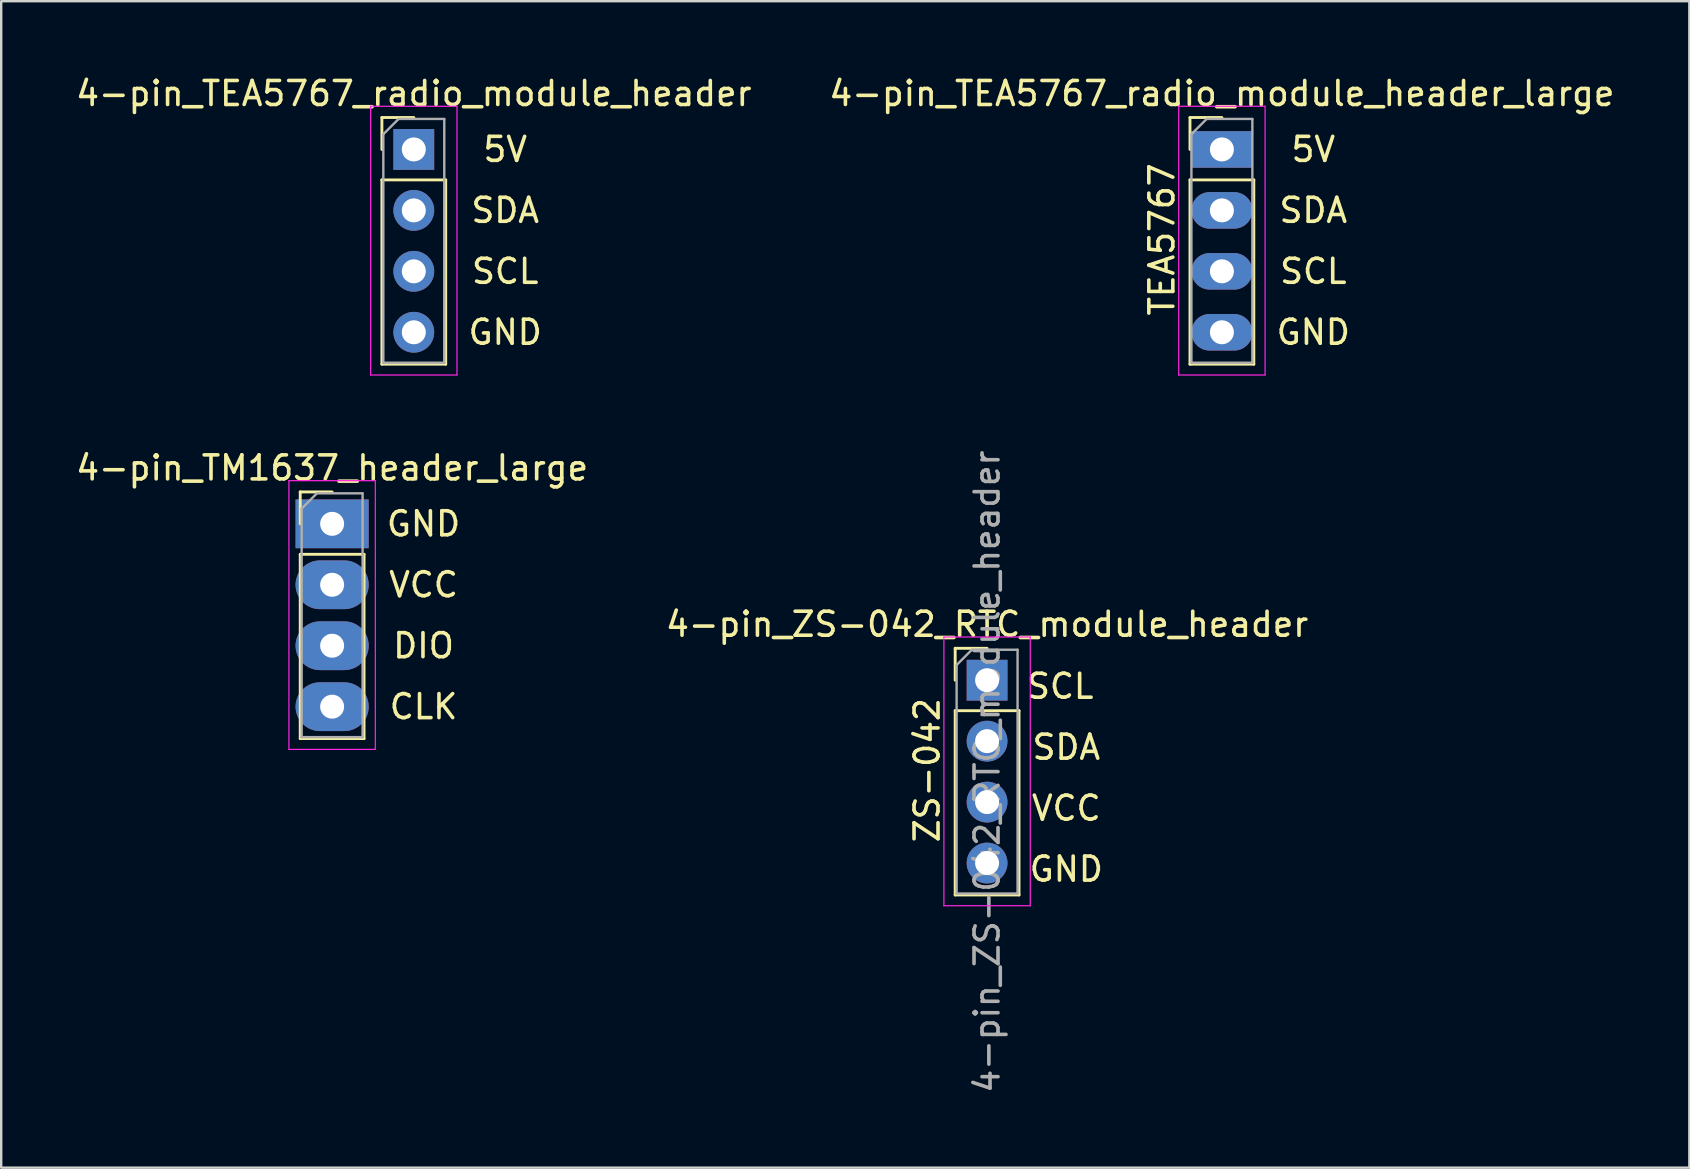
<source format=kicad_pcb>
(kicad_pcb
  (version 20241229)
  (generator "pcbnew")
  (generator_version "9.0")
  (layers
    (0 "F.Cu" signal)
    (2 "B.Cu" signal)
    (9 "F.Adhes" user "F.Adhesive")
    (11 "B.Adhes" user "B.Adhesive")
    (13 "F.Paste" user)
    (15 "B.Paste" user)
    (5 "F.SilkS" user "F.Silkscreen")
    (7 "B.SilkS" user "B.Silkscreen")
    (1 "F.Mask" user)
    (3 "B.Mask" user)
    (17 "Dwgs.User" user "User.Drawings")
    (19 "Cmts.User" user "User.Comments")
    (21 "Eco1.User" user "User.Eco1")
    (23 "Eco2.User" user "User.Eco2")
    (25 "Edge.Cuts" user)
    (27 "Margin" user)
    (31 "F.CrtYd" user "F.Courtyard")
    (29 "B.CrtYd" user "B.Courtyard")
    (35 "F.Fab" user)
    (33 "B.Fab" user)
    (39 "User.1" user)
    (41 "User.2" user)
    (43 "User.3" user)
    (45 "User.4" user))
  (footprint "4-pin_TEA5767_radio_module_header_large"
    (layer "F.Cu")
    (at 47.875 3.178)
    (property "Reference" "4-pin_TEA5767_radio_module_header_large" (at 0 -2.33 0) (layer "F.SilkS") (effects (font (size 1 1) (thickness 0.15))))
    (attr through_hole)
    (fp_line (start -1.33 -1.33) (end 0 -1.33) (stroke (width 0.12) (type solid)) (layer "F.SilkS"))
    (fp_line (start -1.33 0) (end -1.33 -1.33) (stroke (width 0.12) (type solid)) (layer "F.SilkS"))
    (fp_line (start -1.33 1.27) (end -1.33 8.95) (stroke (width 0.12) (type solid)) (layer "F.SilkS"))
    (fp_line (start -1.33 1.27) (end 1.33 1.27) (stroke (width 0.12) (type solid)) (layer "F.SilkS"))
    (fp_line (start -1.33 8.95) (end 1.33 8.95) (stroke (width 0.12) (type solid)) (layer "F.SilkS"))
    (fp_line (start 1.33 1.27) (end 1.33 8.95) (stroke (width 0.12) (type solid)) (layer "F.SilkS"))
    (fp_line (start -1.8 -1.8) (end -1.8 9.4) (stroke (width 0.05) (type solid)) (layer "F.CrtYd"))
    (fp_line (start -1.8 9.4) (end 1.8 9.4) (stroke (width 0.05) (type solid)) (layer "F.CrtYd"))
    (fp_line (start 1.8 -1.8) (end -1.8 -1.8) (stroke (width 0.05) (type solid)) (layer "F.CrtYd"))
    (fp_line (start 1.8 9.4) (end 1.8 -1.8) (stroke (width 0.05) (type solid)) (layer "F.CrtYd"))
    (fp_line (start -1.27 -0.635) (end -0.635 -1.27) (stroke (width 0.1) (type solid)) (layer "F.Fab"))
    (fp_line (start -1.27 8.89) (end -1.27 -0.635) (stroke (width 0.1) (type solid)) (layer "F.Fab"))
    (fp_line (start -0.635 -1.27) (end 1.27 -1.27) (stroke (width 0.1) (type solid)) (layer "F.Fab"))
    (fp_line (start 1.27 -1.27) (end 1.27 8.89) (stroke (width 0.1) (type solid)) (layer "F.Fab"))
    (fp_line (start 1.27 8.89) (end -1.27 8.89) (stroke (width 0.1) (type solid)) (layer "F.Fab"))
    (fp_text user "GND" (at 3.81 7.62 0) (layer "F.SilkS") (effects (font (size 1 1) (thickness 0.15))))
    (fp_text user "TEA5767" (at -2.5 3.75 90) (layer "F.SilkS") (effects (font (size 1 1) (thickness 0.15))))
    (fp_text user "5V" (at 3.81 0 0) (layer "F.SilkS") (effects (font (size 1 1) (thickness 0.15))))
    (fp_text user "SDA" (at 3.81 2.54 0) (layer "F.SilkS") (effects (font (size 1 1) (thickness 0.15))))
    (fp_text user "SCL" (at 3.81 5.08 0) (layer "F.SilkS") (effects (font (size 1 1) (thickness 0.15))))
    (pad "1" thru_hole rect (at 0 0) (size 2.54 1.524) (drill 1) (layers "*.Cu" "*.Mask"))
    (pad "2" thru_hole oval (at 0 2.54) (size 2.54 1.524) (drill 1) (layers "*.Cu" "*.Mask"))
    (pad "3" thru_hole oval (at 0 5.08) (size 2.54 1.524) (drill 1) (layers "*.Cu" "*.Mask"))
    (pad "4" thru_hole oval (at 0 7.62) (size 2.54 1.524) (drill 1) (layers "*.Cu" "*.Mask")))
  (footprint "4-pin_TM1637_header_large"
    (layer "F.Cu")
    (at 10.792 18.782)
    (property "Reference" "4-pin_TM1637_header_large" (at 0 -2.33 0) (layer "F.SilkS") (effects (font (size 1 1) (thickness 0.15))))
    (attr through_hole)
    (fp_line (start -1.33 -1.33) (end 0 -1.33) (stroke (width 0.12) (type solid)) (layer "F.SilkS"))
    (fp_line (start -1.33 0) (end -1.33 -1.33) (stroke (width 0.12) (type solid)) (layer "F.SilkS"))
    (fp_line (start -1.33 1.27) (end -1.33 8.95) (stroke (width 0.12) (type solid)) (layer "F.SilkS"))
    (fp_line (start -1.33 1.27) (end 1.33 1.27) (stroke (width 0.12) (type solid)) (layer "F.SilkS"))
    (fp_line (start -1.33 8.95) (end 1.33 8.95) (stroke (width 0.12) (type solid)) (layer "F.SilkS"))
    (fp_line (start 1.33 1.27) (end 1.33 8.95) (stroke (width 0.12) (type solid)) (layer "F.SilkS"))
    (fp_line (start -1.8 -1.8) (end -1.8 9.4) (stroke (width 0.05) (type solid)) (layer "F.CrtYd"))
    (fp_line (start -1.8 9.4) (end 1.8 9.4) (stroke (width 0.05) (type solid)) (layer "F.CrtYd"))
    (fp_line (start 1.8 -1.8) (end -1.8 -1.8) (stroke (width 0.05) (type solid)) (layer "F.CrtYd"))
    (fp_line (start 1.8 9.4) (end 1.8 -1.8) (stroke (width 0.05) (type solid)) (layer "F.CrtYd"))
    (fp_line (start -1.27 -0.635) (end -0.635 -1.27) (stroke (width 0.1) (type solid)) (layer "F.Fab"))
    (fp_line (start -1.27 8.89) (end -1.27 -0.635) (stroke (width 0.1) (type solid)) (layer "F.Fab"))
    (fp_line (start -0.635 -1.27) (end 1.27 -1.27) (stroke (width 0.1) (type solid)) (layer "F.Fab"))
    (fp_line (start 1.27 -1.27) (end 1.27 8.89) (stroke (width 0.1) (type solid)) (layer "F.Fab"))
    (fp_line (start 1.27 8.89) (end -1.27 8.89) (stroke (width 0.1) (type solid)) (layer "F.Fab"))
    (fp_text user "CLK" (at 3.81 7.62 0) (layer "F.SilkS") (effects (font (size 1 1) (thickness 0.15))))
    (fp_text user "DIO" (at 3.81 5.08 0) (layer "F.SilkS") (effects (font (size 1 1) (thickness 0.15))))
    (fp_text user "VCC" (at 3.81 2.54 0) (layer "F.SilkS") (effects (font (size 1 1) (thickness 0.15))))
    (fp_text user "GND" (at 3.81 0 0) (layer "F.SilkS") (effects (font (size 1 1) (thickness 0.15))))
    (pad "1" thru_hole rect (at 0 0) (size 3.048 2.032) (drill 1) (layers "*.Cu" "*.Mask"))
    (pad "2" thru_hole oval (at 0 2.54) (size 3.048 2.032) (drill 1) (layers "*.Cu" "*.Mask"))
    (pad "3" thru_hole oval (at 0 5.08) (size 3.048 2.032) (drill 1) (layers "*.Cu" "*.Mask"))
    (pad "4" thru_hole oval (at 0 7.62) (size 3.048 2.032) (drill 1) (layers "*.Cu" "*.Mask")))
  (footprint "4-pin_ZS-042_RTC_module_header"
    (layer "F.Cu")
    (at 38.089 25.299)
    (property "Reference" "4-pin_ZS-042_RTC_module_header" (at 0 -2.33 0) (layer "F.SilkS") (effects (font (size 1 1) (thickness 0.15))))
    (attr through_hole)
    (fp_line (start -1.33 -1.33) (end 0 -1.33) (stroke (width 0.12) (type solid)) (layer "F.SilkS"))
    (fp_line (start -1.33 0) (end -1.33 -1.33) (stroke (width 0.12) (type solid)) (layer "F.SilkS"))
    (fp_line (start -1.33 1.27) (end -1.33 8.95) (stroke (width 0.12) (type solid)) (layer "F.SilkS"))
    (fp_line (start -1.33 1.27) (end 1.33 1.27) (stroke (width 0.12) (type solid)) (layer "F.SilkS"))
    (fp_line (start -1.33 8.95) (end 1.33 8.95) (stroke (width 0.12) (type solid)) (layer "F.SilkS"))
    (fp_line (start 1.33 1.27) (end 1.33 8.95) (stroke (width 0.12) (type solid)) (layer "F.SilkS"))
    (fp_line (start -1.8 -1.8) (end -1.8 9.4) (stroke (width 0.05) (type solid)) (layer "F.CrtYd"))
    (fp_line (start -1.8 9.4) (end 1.8 9.4) (stroke (width 0.05) (type solid)) (layer "F.CrtYd"))
    (fp_line (start 1.8 -1.8) (end -1.8 -1.8) (stroke (width 0.05) (type solid)) (layer "F.CrtYd"))
    (fp_line (start 1.8 9.4) (end 1.8 -1.8) (stroke (width 0.05) (type solid)) (layer "F.CrtYd"))
    (fp_line (start -1.27 -0.635) (end -0.635 -1.27) (stroke (width 0.1) (type solid)) (layer "F.Fab"))
    (fp_line (start -1.27 8.89) (end -1.27 -0.635) (stroke (width 0.1) (type solid)) (layer "F.Fab"))
    (fp_line (start -0.635 -1.27) (end 1.27 -1.27) (stroke (width 0.1) (type solid)) (layer "F.Fab"))
    (fp_line (start 1.27 -1.27) (end 1.27 8.89) (stroke (width 0.1) (type solid)) (layer "F.Fab"))
    (fp_line (start 1.27 8.89) (end -1.27 8.89) (stroke (width 0.1) (type solid)) (layer "F.Fab"))
    (fp_text user "SCL" (at 3.048 0.254 0) (layer "F.SilkS") (effects (font (size 1 1) (thickness 0.15))))
    (fp_text user "SDA" (at 3.302 2.794 0) (layer "F.SilkS") (effects (font (size 1 1) (thickness 0.15))))
    (fp_text user "GND" (at 3.302 7.874 0) (layer "F.SilkS") (effects (font (size 1 1) (thickness 0.15))))
    (fp_text user "VCC" (at 3.302 5.334 0) (layer "F.SilkS") (effects (font (size 1 1) (thickness 0.15))))
    (fp_text user "ZS-042" (at -2.5 3.75 90) (layer "F.SilkS") (effects (font (size 1 1) (thickness 0.15))))
    (fp_text user "${REFERENCE}" (at 0 3.81 90) (layer "F.Fab") (effects (font (size 1 1) (thickness 0.15))))
    (pad "1" thru_hole rect (at 0 0) (size 1.7 1.7) (drill 1) (layers "*.Cu" "*.Mask"))
    (pad "2" thru_hole oval (at 0 2.54) (size 1.7 1.7) (drill 1) (layers "*.Cu" "*.Mask"))
    (pad "3" thru_hole oval (at 0 5.08) (size 1.7 1.7) (drill 1) (layers "*.Cu" "*.Mask"))
    (pad "4" thru_hole oval (at 0 7.62) (size 1.7 1.7) (drill 1) (layers "*.Cu" "*.Mask")))
  (footprint "4-pin_TEA5767_radio_module_header"
    (layer "F.Cu")
    (at 14.196 3.178)
    (property "Reference" "4-pin_TEA5767_radio_module_header" (at 0 -2.33 0) (layer "F.SilkS") (effects (font (size 1 1) (thickness 0.15))))
    (attr through_hole)
    (fp_line (start -1.33 -1.33) (end 0 -1.33) (stroke (width 0.12) (type solid)) (layer "F.SilkS"))
    (fp_line (start -1.33 0) (end -1.33 -1.33) (stroke (width 0.12) (type solid)) (layer "F.SilkS"))
    (fp_line (start -1.33 1.27) (end -1.33 8.95) (stroke (width 0.12) (type solid)) (layer "F.SilkS"))
    (fp_line (start -1.33 1.27) (end 1.33 1.27) (stroke (width 0.12) (type solid)) (layer "F.SilkS"))
    (fp_line (start -1.33 8.95) (end 1.33 8.95) (stroke (width 0.12) (type solid)) (layer "F.SilkS"))
    (fp_line (start 1.33 1.27) (end 1.33 8.95) (stroke (width 0.12) (type solid)) (layer "F.SilkS"))
    (fp_line (start -1.8 -1.8) (end -1.8 9.4) (stroke (width 0.05) (type solid)) (layer "F.CrtYd"))
    (fp_line (start -1.8 9.4) (end 1.8 9.4) (stroke (width 0.05) (type solid)) (layer "F.CrtYd"))
    (fp_line (start 1.8 -1.8) (end -1.8 -1.8) (stroke (width 0.05) (type solid)) (layer "F.CrtYd"))
    (fp_line (start 1.8 9.4) (end 1.8 -1.8) (stroke (width 0.05) (type solid)) (layer "F.CrtYd"))
    (fp_line (start -1.27 -0.635) (end -0.635 -1.27) (stroke (width 0.1) (type solid)) (layer "F.Fab"))
    (fp_line (start -1.27 8.89) (end -1.27 -0.635) (stroke (width 0.1) (type solid)) (layer "F.Fab"))
    (fp_line (start -0.635 -1.27) (end 1.27 -1.27) (stroke (width 0.1) (type solid)) (layer "F.Fab"))
    (fp_line (start 1.27 -1.27) (end 1.27 8.89) (stroke (width 0.1) (type solid)) (layer "F.Fab"))
    (fp_line (start 1.27 8.89) (end -1.27 8.89) (stroke (width 0.1) (type solid)) (layer "F.Fab"))
    (fp_text user "GND" (at 3.81 7.62 0) (layer "F.SilkS") (effects (font (size 1 1) (thickness 0.15))))
    (fp_text user "SCL" (at 3.81 5.08 0) (layer "F.SilkS") (effects (font (size 1 1) (thickness 0.15))))
    (fp_text user "SDA" (at 3.81 2.54 0) (layer "F.SilkS") (effects (font (size 1 1) (thickness 0.15))))
    (fp_text user "5V" (at 3.81 0 0) (layer "F.SilkS") (effects (font (size 1 1) (thickness 0.15))))
    (pad "1" thru_hole rect (at 0 0) (size 1.7 1.7) (drill 1) (layers "*.Cu" "*.Mask"))
    (pad "2" thru_hole oval (at 0 2.54) (size 1.7 1.7) (drill 1) (layers "*.Cu" "*.Mask"))
    (pad "3" thru_hole oval (at 0 5.08) (size 1.7 1.7) (drill 1) (layers "*.Cu" "*.Mask"))
    (pad "4" thru_hole oval (at 0 7.62) (size 1.7 1.7) (drill 1) (layers "*.Cu" "*.Mask")))
  (gr_rect
    (start -3 -3)
    (end 67.357 45.615)
    (stroke (width 0.1) (type default))
    (fill no)
    (layer "Edge.Cuts")))
</source>
